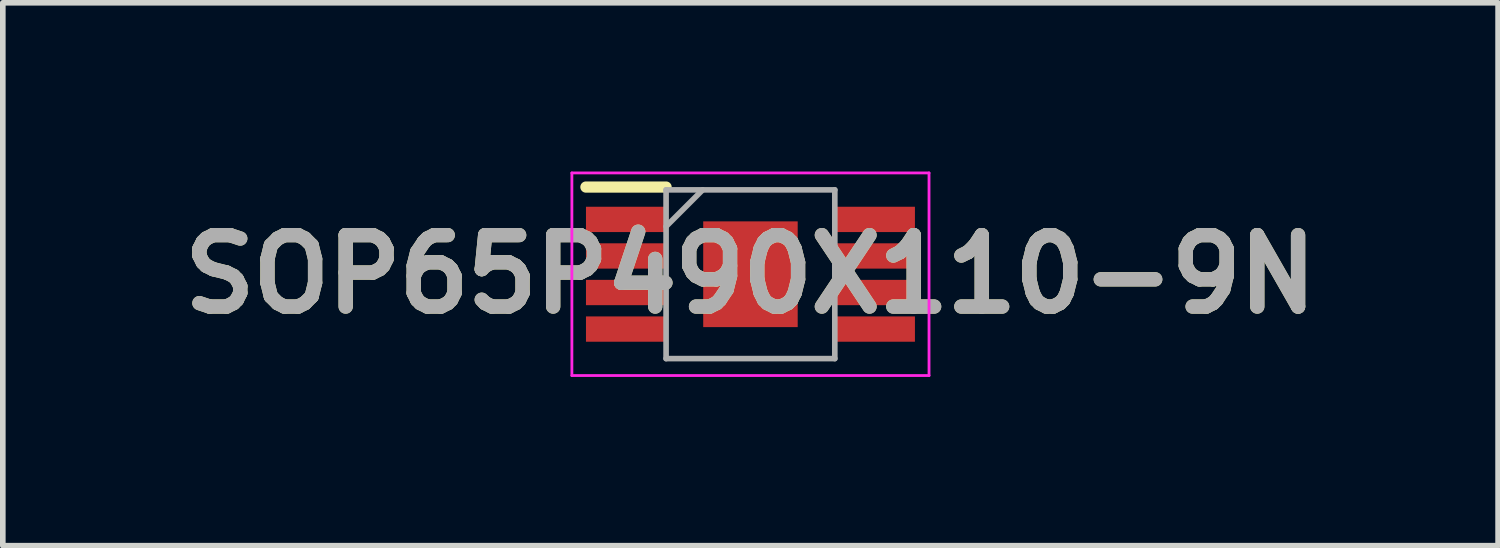
<source format=kicad_pcb>
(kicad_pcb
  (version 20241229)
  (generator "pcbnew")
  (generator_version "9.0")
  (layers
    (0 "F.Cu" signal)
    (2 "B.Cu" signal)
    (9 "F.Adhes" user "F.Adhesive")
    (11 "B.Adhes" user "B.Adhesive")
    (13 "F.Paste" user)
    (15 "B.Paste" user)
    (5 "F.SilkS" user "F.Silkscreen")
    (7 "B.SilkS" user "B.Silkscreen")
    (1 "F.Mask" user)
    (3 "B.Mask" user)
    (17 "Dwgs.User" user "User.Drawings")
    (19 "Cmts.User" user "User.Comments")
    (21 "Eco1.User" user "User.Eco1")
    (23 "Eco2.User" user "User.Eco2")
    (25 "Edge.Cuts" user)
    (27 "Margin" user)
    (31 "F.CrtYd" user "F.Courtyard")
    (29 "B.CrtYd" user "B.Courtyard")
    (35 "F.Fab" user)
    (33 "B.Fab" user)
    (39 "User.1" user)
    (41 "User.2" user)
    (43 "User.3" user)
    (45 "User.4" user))
  (footprint "SOP65P490X110-9N"
    (layer "F.Cu")
    (at 10.293 1.826)
    (property "Reference" "SOP65P490X110-9N" (at 0 0 0) (layer "F.SilkS") (effects (font (size 1.27 1.27) (thickness 0.254))))
    (attr smd)
    (fp_line (start -2.925 -1.55) (end -1.5 -1.55) (stroke (width 0.2) (type solid)) (layer "F.SilkS"))
    (fp_line (start -3.175 -1.801) (end 3.175 -1.801) (stroke (width 0.05) (type solid)) (layer "F.CrtYd"))
    (fp_line (start -3.175 1.801) (end -3.175 -1.801) (stroke (width 0.05) (type solid)) (layer "F.CrtYd"))
    (fp_line (start 3.175 -1.801) (end 3.175 1.801) (stroke (width 0.05) (type solid)) (layer "F.CrtYd"))
    (fp_line (start 3.175 1.801) (end -3.175 1.801) (stroke (width 0.05) (type solid)) (layer "F.CrtYd"))
    (fp_line (start -1.5 -1.5) (end 1.5 -1.5) (stroke (width 0.1) (type solid)) (layer "F.Fab"))
    (fp_line (start -1.5 -0.85) (end -0.85 -1.5) (stroke (width 0.1) (type solid)) (layer "F.Fab"))
    (fp_line (start -1.5 1.5) (end -1.5 -1.5) (stroke (width 0.1) (type solid)) (layer "F.Fab"))
    (fp_line (start 1.5 -1.5) (end 1.5 1.5) (stroke (width 0.1) (type solid)) (layer "F.Fab"))
    (fp_line (start 1.5 1.5) (end -1.5 1.5) (stroke (width 0.1) (type solid)) (layer "F.Fab"))
    (fp_text user "${REFERENCE}" (at 0 0 0) (layer "F.Fab") (effects (font (size 1.27 1.27) (thickness 0.254))))
    (pad "1" smd rect (at -2.212 -0.975 90) (size 0.45 1.425) (layers "F.Cu" "F.Mask" "F.Paste"))
    (pad "2" smd rect (at -2.212 -0.325 90) (size 0.45 1.425) (layers "F.Cu" "F.Mask" "F.Paste"))
    (pad "3" smd rect (at -2.212 0.325 90) (size 0.45 1.425) (layers "F.Cu" "F.Mask" "F.Paste"))
    (pad "4" smd rect (at -2.212 0.975 90) (size 0.45 1.425) (layers "F.Cu" "F.Mask" "F.Paste"))
    (pad "5" smd rect (at 2.212 0.975 90) (size 0.45 1.425) (layers "F.Cu" "F.Mask" "F.Paste"))
    (pad "6" smd rect (at 2.212 0.325 90) (size 0.45 1.425) (layers "F.Cu" "F.Mask" "F.Paste"))
    (pad "7" smd rect (at 2.212 -0.325 90) (size 0.45 1.425) (layers "F.Cu" "F.Mask" "F.Paste"))
    (pad "8" smd rect (at 2.212 -0.975 90) (size 0.45 1.425) (layers "F.Cu" "F.Mask" "F.Paste"))
    (pad "9" smd rect (at 0 0) (size 1.68 1.88) (layers "F.Cu" "F.Mask" "F.Paste")))
  (gr_rect
    (start -3 -3)
    (end 23.586 6.652)
    (stroke (width 0.1) (type default))
    (fill no)
    (layer "Edge.Cuts")))
</source>
